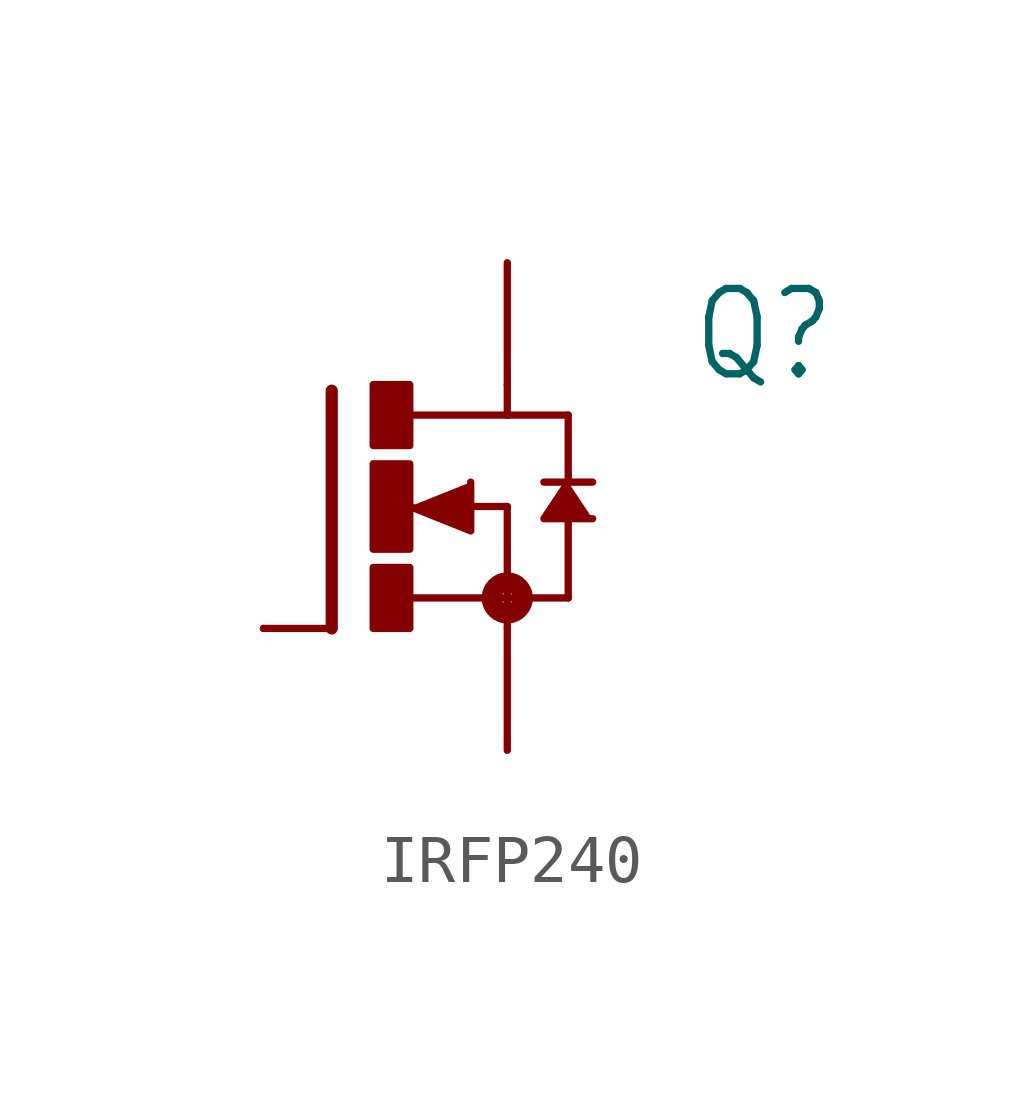
<source format=kicad_sym>
(kicad_symbol_lib
  (version 20220914)
  (generator kicad_symbol_editor)
  (symbol "IRFP240"
    (property "Reference" "Q"
      (at 6.35 2.54 0)
      (effects (font (size 1.778 1.511)) (justify left bottom)))
    (property "Value" ""
      (at 6.35 0 0)
      (effects (font (size 1.778 1.511)) (justify left bottom)))
    (property "ki_locked" ""
      (at 0 0 0)
      (effects (font (size 1.27 1.27))))
    (symbol "IRFP240_1_0"
      (rectangle (start -0.254 -2.54) (end 0.508 -1.27) (stroke (width 0) (type default)) (fill (type outline)))
      (rectangle (start -0.254 -0.889) (end 0.508 0.889) (stroke (width 0) (type default)) (fill (type outline)))
      (rectangle (start -0.254 1.27) (end 0.508 2.54) (stroke (width 0) (type default)) (fill (type outline)))
      (polyline (pts (xy -1.118 -2.54) (xy -2.54 -2.54)) (stroke (width 0.152) (type solid)) (fill (type none)))
      (polyline (pts (xy -1.118 2.413) (xy -1.118 -2.54)) (stroke (width 0.254) (type solid)) (fill (type none)))
      (polyline (pts (xy 0.508 -1.905) (xy 2.54 -1.905)) (stroke (width 0.152) (type solid)) (fill (type none)))
      (polyline (pts (xy 1.651 0) (xy 2.54 0)) (stroke (width 0.152) (type solid)) (fill (type none)))
      (polyline (pts (xy 2.54 -1.905) (xy 2.54 -2.54)) (stroke (width 0.152) (type solid)) (fill (type none)))
      (polyline (pts (xy 2.54 0) (xy 2.54 -1.905)) (stroke (width 0.152) (type solid)) (fill (type none)))
      (polyline (pts (xy 2.54 1.905) (xy 0.533 1.905)) (stroke (width 0.152) (type solid)) (fill (type none)))
      (polyline (pts (xy 2.54 2.54) (xy 2.54 1.905)) (stroke (width 0.152) (type solid)) (fill (type none)))
      (polyline (pts (xy 3.302 0.508) (xy 3.81 0.508)) (stroke (width 0.152) (type solid)) (fill (type none)))
      (polyline (pts (xy 3.81 -1.905) (xy 2.54 -1.905)) (stroke (width 0.152) (type solid)) (fill (type none)))
      (polyline (pts (xy 3.81 -1.905) (xy 3.81 -0.127)) (stroke (width 0.152) (type solid)) (fill (type none)))
      (polyline (pts (xy 3.81 0.508) (xy 3.81 1.905)) (stroke (width 0.152) (type solid)) (fill (type none)))
      (polyline (pts (xy 3.81 0.508) (xy 4.318 0.508)) (stroke (width 0.152) (type solid)) (fill (type none)))
      (polyline (pts (xy 3.81 1.905) (xy 2.54 1.905)) (stroke (width 0.152) (type solid)) (fill (type none)))
      (polyline (pts (xy 0.508 0) (xy 1.778 -0.508) (xy 1.778 0.508)) (stroke (width 0.152) (type solid)) (fill (type outline)))
      (polyline (pts (xy 3.81 0.508) (xy 3.302 -0.254) (xy 4.318 -0.254)) (stroke (width 0.152) (type solid)) (fill (type outline)))
      (circle (center 2.54 -1.905) (radius 0.127) (stroke (width 0.406) (type solid)) (fill (type none)))
      (pin passive line (at 2.54 5.08 270) (length 2.54) (name "D" (effects (font (size 0 0)))) (number "D" (effects (font (size 0 0)))))
      (pin passive line (at -2.54 -2.54 0) (length 0) (name "G" (effects (font (size 0 0)))) (number "G" (effects (font (size 0 0)))))
      (pin passive line (at 2.54 -5.08 90) (length 2.54) (name "S" (effects (font (size 0 0)))) (number "S" (effects (font (size 0 0))))))))
</source>
